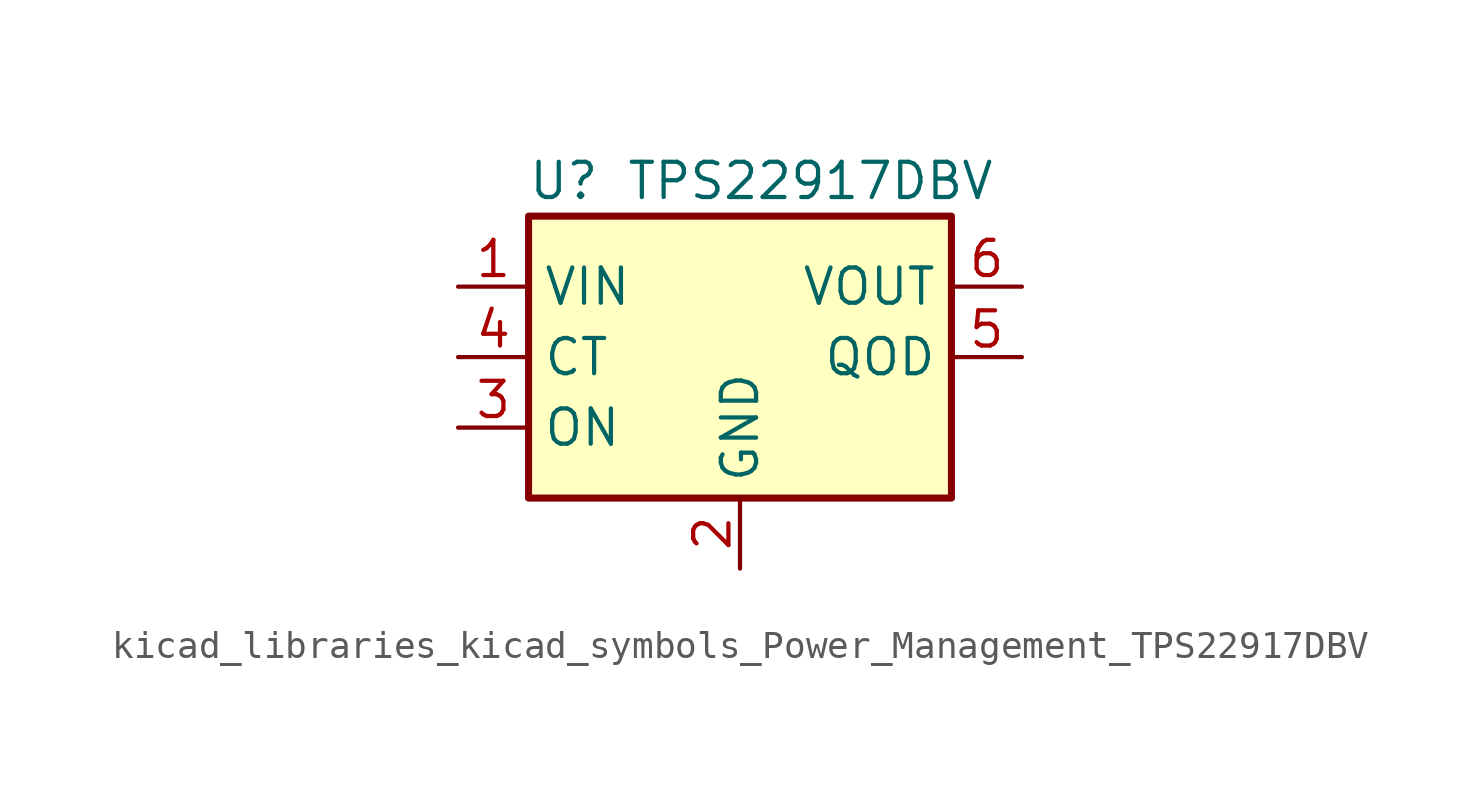
<source format=kicad_sym>
(kicad_symbol_lib
  (version 20220914)
  (generator kicad_symbol_editor)
  (symbol "kicad_libraries_kicad_symbols_Power_Management_TPS22917DBV"
    (property "Reference" "U"
      (at -6.35 6.35 0)
      (effects (font (size 1.27 1.27))))
    (property "Value" "TPS22917DBV"
      (at 2.54 6.35 0)
      (effects (font (size 1.27 1.27))))
    (symbol "kicad_libraries_kicad_symbols_Power_Management_TPS22917DBV_0_1"
      (rectangle (start -7.62 5.08) (end 7.62 -5.08) (stroke (width 0.254) (type default)) (fill (type background))))
    (symbol "kicad_libraries_kicad_symbols_Power_Management_TPS22917DBV_1_1"
      (pin power_in line (at -10.16 2.54 0) (length 2.54) (name "VIN" (effects (font (size 1.27 1.27)))) (number "1" (effects (font (size 1.27 1.27)))))
      (pin power_in line (at 0 -7.62 90) (length 2.54) (name "GND" (effects (font (size 1.27 1.27)))) (number "2" (effects (font (size 1.27 1.27)))))
      (pin input line (at -10.16 -2.54 0) (length 2.54) (name "ON" (effects (font (size 1.27 1.27)))) (number "3" (effects (font (size 1.27 1.27)))))
      (pin output line (at -10.16 0 0) (length 2.54) (name "CT" (effects (font (size 1.27 1.27)))) (number "4" (effects (font (size 1.27 1.27)))))
      (pin open_collector line (at 10.16 0 180) (length 2.54) (name "QOD" (effects (font (size 1.27 1.27)))) (number "5" (effects (font (size 1.27 1.27)))))
      (pin power_out line (at 10.16 2.54 180) (length 2.54) (name "VOUT" (effects (font (size 1.27 1.27)))) (number "6" (effects (font (size 1.27 1.27))))))))
</source>
